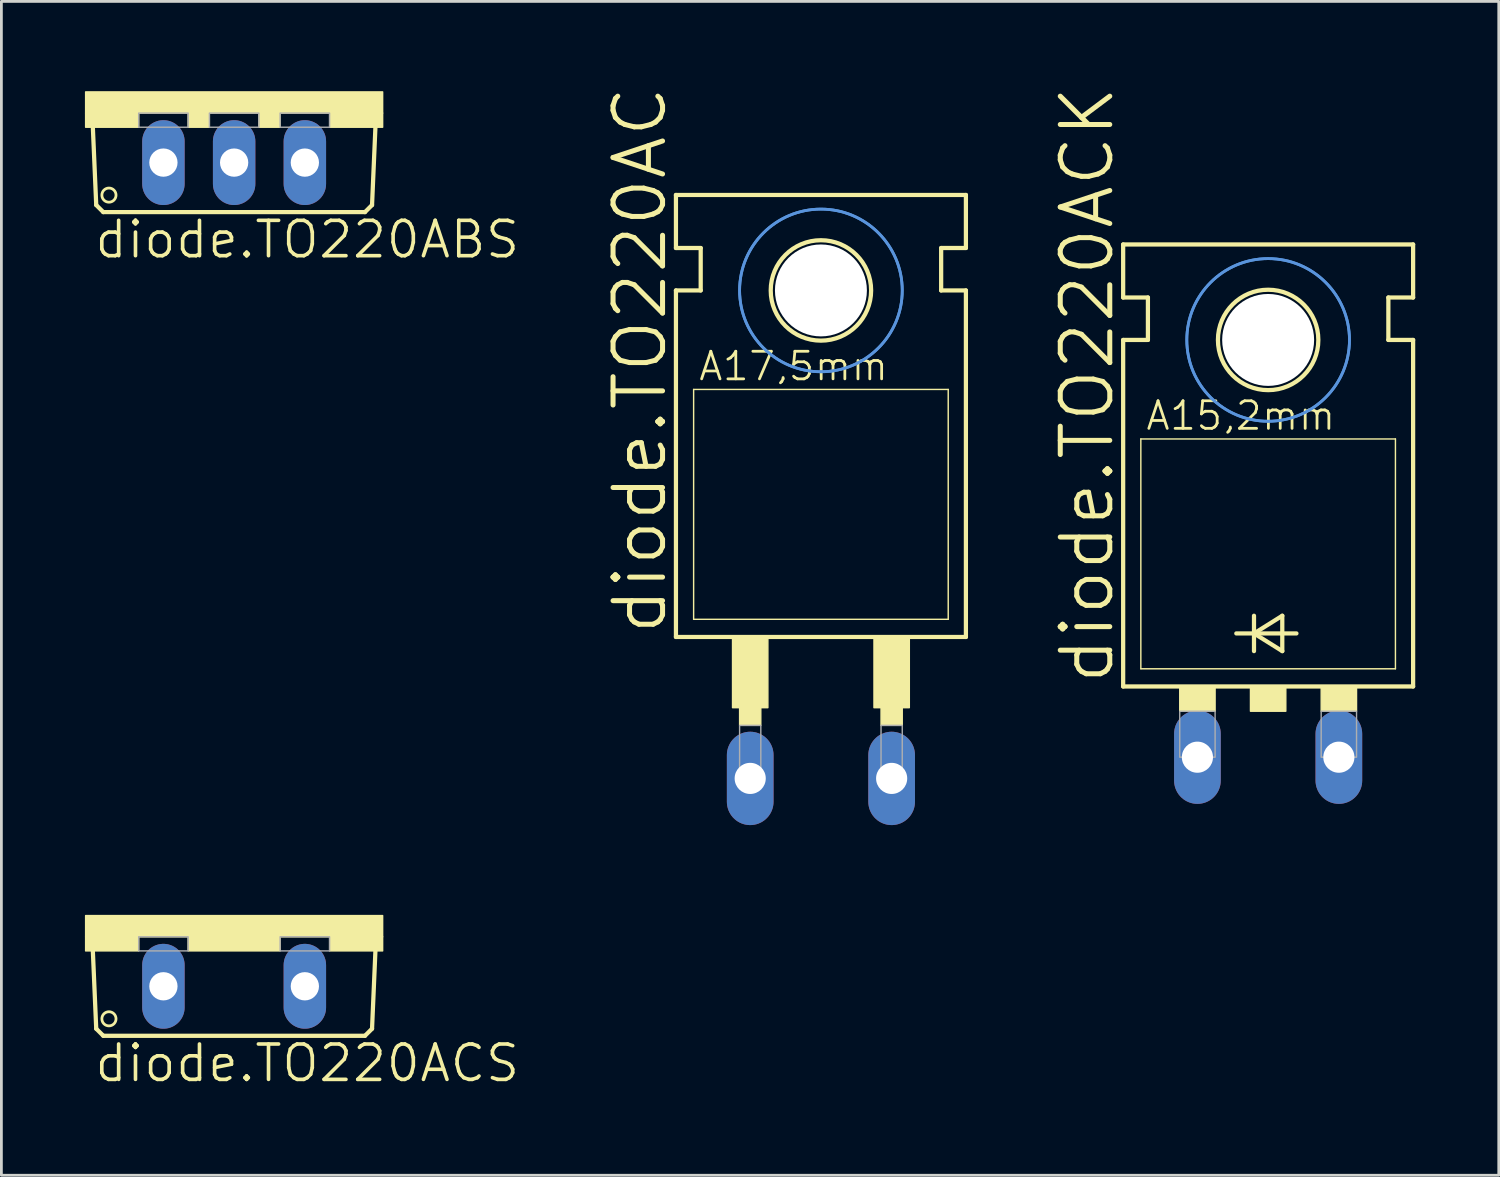
<source format=kicad_pcb>
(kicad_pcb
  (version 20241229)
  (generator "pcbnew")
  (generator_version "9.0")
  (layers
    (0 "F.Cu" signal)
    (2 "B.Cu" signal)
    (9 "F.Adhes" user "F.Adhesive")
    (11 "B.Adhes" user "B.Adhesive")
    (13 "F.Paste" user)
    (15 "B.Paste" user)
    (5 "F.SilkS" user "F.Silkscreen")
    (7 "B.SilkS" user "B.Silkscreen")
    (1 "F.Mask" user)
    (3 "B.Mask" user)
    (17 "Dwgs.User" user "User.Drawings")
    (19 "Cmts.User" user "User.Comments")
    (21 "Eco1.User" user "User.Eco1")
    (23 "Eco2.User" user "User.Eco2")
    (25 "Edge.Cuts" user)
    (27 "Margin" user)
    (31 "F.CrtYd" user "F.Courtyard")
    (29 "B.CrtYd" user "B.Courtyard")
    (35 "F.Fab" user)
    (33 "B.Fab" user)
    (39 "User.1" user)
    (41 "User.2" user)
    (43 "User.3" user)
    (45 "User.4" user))
  (footprint "diode.TO220ACK"
    (layer "F.Cu")
    (at 42.496 20.335)
    (property "Reference" "diode.TO220ACK" (at -5.461 1.27 90) (layer "F.SilkS") (effects (font (size 1.778 1.778) (thickness 0.18)) (justify left bottom)))
    (attr through_hole)
    (fp_line (start -5.207 -12.7) (end -5.207 -14.605) (stroke (width 0.152) (type default)) (layer "F.SilkS"))
    (fp_line (start -5.207 -11.176) (end -4.318 -11.176) (stroke (width 0.152) (type default)) (layer "F.SilkS"))
    (fp_line (start -5.207 1.27) (end -5.207 -11.176) (stroke (width 0.152) (type default)) (layer "F.SilkS"))
    (fp_line (start -5.207 1.27) (end 5.207 1.27) (stroke (width 0.152) (type default)) (layer "F.SilkS"))
    (fp_line (start -4.572 0.635) (end -4.572 -7.62) (stroke (width 0.051) (type default)) (layer "F.SilkS"))
    (fp_line (start -4.572 0.635) (end 4.572 0.635) (stroke (width 0.051) (type default)) (layer "F.SilkS"))
    (fp_line (start -4.318 -12.7) (end -5.207 -12.7) (stroke (width 0.152) (type default)) (layer "F.SilkS"))
    (fp_line (start -4.318 -11.176) (end -4.318 -12.7) (stroke (width 0.152) (type default)) (layer "F.SilkS"))
    (fp_line (start -1.143 -0.635) (end -0.508 -0.635) (stroke (width 0.152) (type default)) (layer "F.SilkS"))
    (fp_line (start -0.508 -1.27) (end -0.508 -0.635) (stroke (width 0.152) (type default)) (layer "F.SilkS"))
    (fp_line (start -0.508 -0.635) (end -0.508 0) (stroke (width 0.152) (type default)) (layer "F.SilkS"))
    (fp_line (start -0.508 -0.635) (end 0.508 -1.27) (stroke (width 0.152) (type default)) (layer "F.SilkS"))
    (fp_line (start -0.508 -0.635) (end 1.016 -0.635) (stroke (width 0.152) (type default)) (layer "F.SilkS"))
    (fp_line (start 0.508 -1.27) (end 0.508 0) (stroke (width 0.152) (type default)) (layer "F.SilkS"))
    (fp_line (start 0.508 0) (end -0.508 -0.635) (stroke (width 0.152) (type default)) (layer "F.SilkS"))
    (fp_line (start 4.318 -12.7) (end 5.207 -12.7) (stroke (width 0.152) (type default)) (layer "F.SilkS"))
    (fp_line (start 4.318 -11.176) (end 4.318 -12.7) (stroke (width 0.152) (type default)) (layer "F.SilkS"))
    (fp_line (start 4.572 -7.62) (end -4.572 -7.62) (stroke (width 0.051) (type default)) (layer "F.SilkS"))
    (fp_line (start 4.572 -7.62) (end 4.572 0.635) (stroke (width 0.051) (type default)) (layer "F.SilkS"))
    (fp_line (start 5.207 -14.605) (end -5.207 -14.605) (stroke (width 0.152) (type default)) (layer "F.SilkS"))
    (fp_line (start 5.207 -12.7) (end 5.207 -14.605) (stroke (width 0.152) (type default)) (layer "F.SilkS"))
    (fp_line (start 5.207 -11.176) (end 4.318 -11.176) (stroke (width 0.152) (type default)) (layer "F.SilkS"))
    (fp_line (start 5.207 1.27) (end 5.207 -11.176) (stroke (width 0.152) (type default)) (layer "F.SilkS"))
    (fp_rect (start -3.175 2.159) (end -1.905 1.27) (stroke (width 0.05) (type default)) (fill yes) (layer "F.SilkS"))
    (fp_rect (start -0.635 2.159) (end 0.635 1.27) (stroke (width 0.05) (type default)) (fill yes) (layer "F.SilkS"))
    (fp_rect (start 1.905 2.159) (end 3.175 1.27) (stroke (width 0.05) (type default)) (fill yes) (layer "F.SilkS"))
    (fp_circle (center 0 -11.176) (end 1.803 -11.176) (stroke (width 0.152) (type default)) (fill no) (layer "F.SilkS"))
    (fp_circle (center 0 -11.176) (end 2.921 -11.176) (stroke (width 0.1) (type default)) (fill no) (layer "Cmts.User"))
    (fp_circle (center 0 -11.176) (end 2.921 -11.176) (stroke (width 0.1) (type default)) (fill no) (layer "Cmts.User"))
    (fp_rect (start -3.175 3.81) (end -1.905 2.159) (stroke (width 0.05) (type default)) (fill no) (layer "F.Fab"))
    (fp_rect (start 1.905 3.81) (end 3.175 2.159) (stroke (width 0.05) (type default)) (fill no) (layer "F.Fab"))
    (fp_text user "A15,2mm" (at -4.445 -7.874 0) (layer "F.SilkS") (effects (font (size 0.991 0.991) (thickness 0.1)) (justify left bottom)))
    (pad "" np_thru_hole circle (at 0 -11.176) (size 3.302 3.302) (drill 3.302) (layers "*.Cu" "*.Mask"))
    (pad "A" thru_hole oval (at 2.54 3.81 90) (size 3.353 1.676) (drill 1.118) (layers "*.Cu" "*.Mask"))
    (pad "C" thru_hole oval (at -2.54 3.81 90) (size 3.353 1.676) (drill 1.118) (layers "*.Cu" "*.Mask")))
  (footprint "diode.TO220ACS"
    (layer "F.Cu")
    (at 5.359 29.833)
    (property "Reference" "diode.TO220ACS" (at -5.08 6.045 0) (layer "F.SilkS") (effects (font (size 1.27 1.27) (thickness 0.13)) (justify left bottom)))
    (attr through_hole)
    (fp_line (start -4.953 4.064) (end -5.08 1.143) (stroke (width 0.152) (type default)) (layer "F.SilkS"))
    (fp_line (start -4.953 4.064) (end -4.699 4.318) (stroke (width 0.152) (type default)) (layer "F.SilkS"))
    (fp_line (start 4.699 4.318) (end -4.699 4.318) (stroke (width 0.152) (type default)) (layer "F.SilkS"))
    (fp_line (start 4.699 4.318) (end 4.953 4.064) (stroke (width 0.152) (type default)) (layer "F.SilkS"))
    (fp_line (start 5.08 1.143) (end 4.953 4.064) (stroke (width 0.152) (type default)) (layer "F.SilkS"))
    (fp_rect (start -5.334 0.762) (end 5.334 0) (stroke (width 0.05) (type default)) (fill yes) (layer "F.SilkS"))
    (fp_rect (start -5.334 1.27) (end -3.429 0.762) (stroke (width 0.05) (type default)) (fill yes) (layer "F.SilkS"))
    (fp_rect (start -1.651 1.27) (end 1.651 0.762) (stroke (width 0.05) (type default)) (fill yes) (layer "F.SilkS"))
    (fp_rect (start 3.429 1.27) (end 5.334 0.762) (stroke (width 0.05) (type default)) (fill yes) (layer "F.SilkS"))
    (fp_circle (center -4.496 3.708) (end -4.242 3.708) (stroke (width 0.1) (type default)) (fill no) (layer "F.SilkS"))
    (fp_rect (start -3.429 1.27) (end -1.651 0.762) (stroke (width 0.05) (type default)) (fill no) (layer "F.Fab"))
    (fp_rect (start 1.651 1.27) (end 3.429 0.762) (stroke (width 0.05) (type default)) (fill no) (layer "F.Fab"))
    (pad "A" thru_hole oval (at 2.54 2.54 90) (size 3.048 1.524) (drill 1.016) (layers "*.Cu" "*.Mask"))
    (pad "C" thru_hole oval (at -2.54 2.54 90) (size 3.048 1.524) (drill 1.016) (layers "*.Cu" "*.Mask")))
  (footprint "diode.TO220ABS"
    (layer "F.Cu")
    (at 5.359 0.25)
    (property "Reference" "diode.TO220ABS" (at -5.08 6.045 0) (layer "F.SilkS") (effects (font (size 1.27 1.27) (thickness 0.13)) (justify left bottom)))
    (attr through_hole)
    (fp_line (start -4.953 4.064) (end -5.08 1.143) (stroke (width 0.152) (type default)) (layer "F.SilkS"))
    (fp_line (start -4.953 4.064) (end -4.699 4.318) (stroke (width 0.152) (type default)) (layer "F.SilkS"))
    (fp_line (start 4.699 4.318) (end -4.699 4.318) (stroke (width 0.152) (type default)) (layer "F.SilkS"))
    (fp_line (start 4.699 4.318) (end 4.953 4.064) (stroke (width 0.152) (type default)) (layer "F.SilkS"))
    (fp_line (start 5.08 1.143) (end 4.953 4.064) (stroke (width 0.152) (type default)) (layer "F.SilkS"))
    (fp_rect (start -5.334 0.762) (end 5.334 0) (stroke (width 0.05) (type default)) (fill yes) (layer "F.SilkS"))
    (fp_rect (start -5.334 1.27) (end -3.429 0.762) (stroke (width 0.05) (type default)) (fill yes) (layer "F.SilkS"))
    (fp_rect (start -1.651 1.27) (end -0.889 0.762) (stroke (width 0.05) (type default)) (fill yes) (layer "F.SilkS"))
    (fp_rect (start 0.889 1.27) (end 1.651 0.762) (stroke (width 0.05) (type default)) (fill yes) (layer "F.SilkS"))
    (fp_rect (start 3.429 1.27) (end 5.334 0.762) (stroke (width 0.05) (type default)) (fill yes) (layer "F.SilkS"))
    (fp_circle (center -4.496 3.708) (end -4.242 3.708) (stroke (width 0.1) (type default)) (fill no) (layer "F.SilkS"))
    (fp_rect (start -3.429 1.27) (end -1.651 0.762) (stroke (width 0.05) (type default)) (fill no) (layer "F.Fab"))
    (fp_rect (start -0.889 1.27) (end 0.889 0.762) (stroke (width 0.05) (type default)) (fill no) (layer "F.Fab"))
    (fp_rect (start 1.651 1.27) (end 3.429 0.762) (stroke (width 0.05) (type default)) (fill no) (layer "F.Fab"))
    (pad "A1" thru_hole oval (at -2.54 2.54 90) (size 3.048 1.524) (drill 1.016) (layers "*.Cu" "*.Mask"))
    (pad "A2" thru_hole oval (at 2.54 2.54 90) (size 3.048 1.524) (drill 1.016) (layers "*.Cu" "*.Mask"))
    (pad "C" thru_hole oval (at 0 2.54 90) (size 3.048 1.524) (drill 1.016) (layers "*.Cu" "*.Mask")))
  (footprint "diode.TO220AC"
    (layer "F.Cu")
    (at 26.434 18.557)
    (property "Reference" "diode.TO220AC" (at -5.461 1.27 90) (layer "F.SilkS") (effects (font (size 1.778 1.778) (thickness 0.18)) (justify left bottom)))
    (attr through_hole)
    (fp_line (start -5.207 -12.7) (end -5.207 -14.605) (stroke (width 0.152) (type default)) (layer "F.SilkS"))
    (fp_line (start -5.207 -11.176) (end -4.318 -11.176) (stroke (width 0.152) (type default)) (layer "F.SilkS"))
    (fp_line (start -5.207 1.27) (end -5.207 -11.176) (stroke (width 0.152) (type default)) (layer "F.SilkS"))
    (fp_line (start -5.207 1.27) (end 5.207 1.27) (stroke (width 0.152) (type default)) (layer "F.SilkS"))
    (fp_line (start -4.572 0.635) (end -4.572 -7.62) (stroke (width 0.051) (type default)) (layer "F.SilkS"))
    (fp_line (start -4.572 0.635) (end 4.572 0.635) (stroke (width 0.051) (type default)) (layer "F.SilkS"))
    (fp_line (start -4.318 -12.7) (end -5.207 -12.7) (stroke (width 0.152) (type default)) (layer "F.SilkS"))
    (fp_line (start -4.318 -11.176) (end -4.318 -12.7) (stroke (width 0.152) (type default)) (layer "F.SilkS"))
    (fp_line (start 4.318 -12.7) (end 5.207 -12.7) (stroke (width 0.152) (type default)) (layer "F.SilkS"))
    (fp_line (start 4.318 -11.176) (end 4.318 -12.7) (stroke (width 0.152) (type default)) (layer "F.SilkS"))
    (fp_line (start 4.572 -7.62) (end -4.572 -7.62) (stroke (width 0.051) (type default)) (layer "F.SilkS"))
    (fp_line (start 4.572 -7.62) (end 4.572 0.635) (stroke (width 0.051) (type default)) (layer "F.SilkS"))
    (fp_line (start 5.207 -14.605) (end -5.207 -14.605) (stroke (width 0.152) (type default)) (layer "F.SilkS"))
    (fp_line (start 5.207 -12.7) (end 5.207 -14.605) (stroke (width 0.152) (type default)) (layer "F.SilkS"))
    (fp_line (start 5.207 -11.176) (end 4.318 -11.176) (stroke (width 0.152) (type default)) (layer "F.SilkS"))
    (fp_line (start 5.207 1.27) (end 5.207 -11.176) (stroke (width 0.152) (type default)) (layer "F.SilkS"))
    (fp_rect (start -3.175 3.81) (end -1.905 1.27) (stroke (width 0.05) (type default)) (fill yes) (layer "F.SilkS"))
    (fp_rect (start -2.921 4.445) (end -2.159 3.81) (stroke (width 0.05) (type default)) (fill yes) (layer "F.SilkS"))
    (fp_rect (start 1.905 3.81) (end 3.175 1.27) (stroke (width 0.05) (type default)) (fill yes) (layer "F.SilkS"))
    (fp_rect (start 2.159 4.445) (end 2.921 3.81) (stroke (width 0.05) (type default)) (fill yes) (layer "F.SilkS"))
    (fp_circle (center 0 -11.176) (end 1.803 -11.176) (stroke (width 0.152) (type default)) (fill no) (layer "F.SilkS"))
    (fp_circle (center 0 -11.176) (end 2.921 -11.176) (stroke (width 0.1) (type default)) (fill no) (layer "Cmts.User"))
    (fp_circle (center 0 -11.176) (end 2.921 -11.176) (stroke (width 0.1) (type default)) (fill no) (layer "Cmts.User"))
    (fp_rect (start -2.921 6.35) (end -2.159 4.445) (stroke (width 0.05) (type default)) (fill no) (layer "F.Fab"))
    (fp_rect (start 2.159 6.35) (end 2.921 4.445) (stroke (width 0.05) (type default)) (fill no) (layer "F.Fab"))
    (fp_text user "A17,5mm" (at -4.445 -7.874 0) (layer "F.SilkS") (effects (font (size 0.991 0.991) (thickness 0.1)) (justify left bottom)))
    (pad "" np_thru_hole circle (at 0 -11.176) (size 3.302 3.302) (drill 3.302) (layers "*.Cu" "*.Mask"))
    (pad "A" thru_hole oval (at 2.54 6.35 90) (size 3.353 1.676) (drill 1.118) (layers "*.Cu" "*.Mask"))
    (pad "C" thru_hole oval (at -2.54 6.35 90) (size 3.353 1.676) (drill 1.118) (layers "*.Cu" "*.Mask")))
  (gr_rect
    (start -3 -3)
    (end 50.779 39.161)
    (stroke (width 0.1) (type default))
    (fill no)
    (layer "Edge.Cuts")))
</source>
